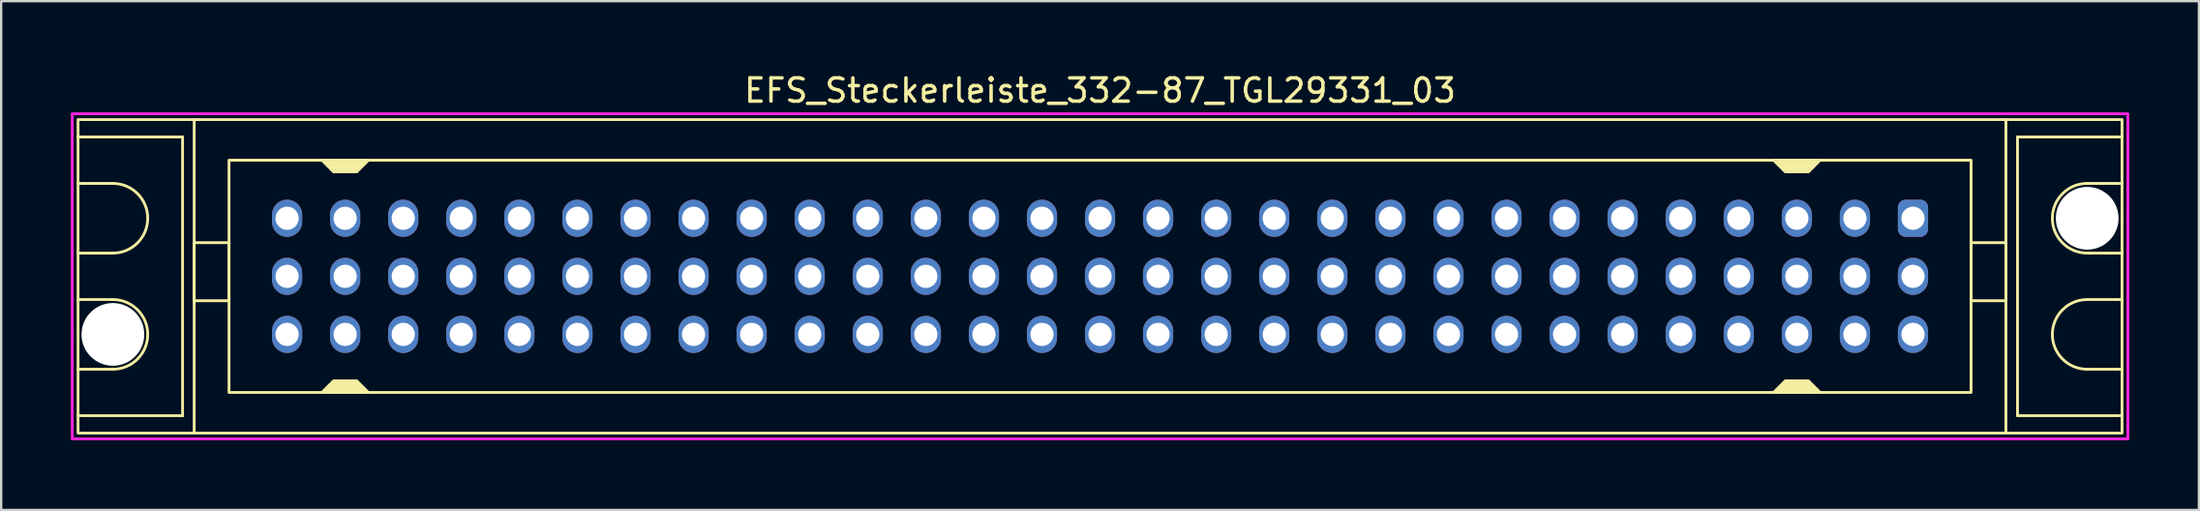
<source format=kicad_pcb>
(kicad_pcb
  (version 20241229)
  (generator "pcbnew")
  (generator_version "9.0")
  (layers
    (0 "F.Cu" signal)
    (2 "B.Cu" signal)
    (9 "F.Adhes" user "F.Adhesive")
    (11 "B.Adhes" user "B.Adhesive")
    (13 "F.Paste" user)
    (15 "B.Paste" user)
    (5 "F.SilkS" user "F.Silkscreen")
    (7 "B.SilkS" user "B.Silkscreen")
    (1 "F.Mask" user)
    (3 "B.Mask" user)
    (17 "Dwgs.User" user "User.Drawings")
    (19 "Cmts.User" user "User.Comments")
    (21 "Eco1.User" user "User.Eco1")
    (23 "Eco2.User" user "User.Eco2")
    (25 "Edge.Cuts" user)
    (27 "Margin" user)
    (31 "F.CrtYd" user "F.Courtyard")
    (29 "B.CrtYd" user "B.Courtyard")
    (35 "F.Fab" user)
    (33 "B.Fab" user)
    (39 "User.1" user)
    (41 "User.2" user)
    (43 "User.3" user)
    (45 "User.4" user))
  (footprint "EFS_Steckerleiste_332-87_TGL29331_03"
    (layer "F.Cu")
    (at 44.31 8.848)
    (property "Reference" "EFS_Steckerleiste_332-87_TGL29331_03" (at 0 -8 180) (layer "F.SilkS") (effects (font (size 1 1) (thickness 0.15))))
    (attr through_hole)
    (fp_line (start -44 -6) (end -39.5 -6) (stroke (width 0.12) (type solid)) (layer "F.SilkS"))
    (fp_line (start -42.5 -4) (end -44 -4) (stroke (width 0.12) (type solid)) (layer "F.SilkS"))
    (fp_line (start -42.5 -1) (end -44 -1) (stroke (width 0.12) (type solid)) (layer "F.SilkS"))
    (fp_line (start -42.5 1) (end -44 1) (stroke (width 0.12) (type solid)) (layer "F.SilkS"))
    (fp_line (start -42.5 4) (end -44 4) (stroke (width 0.12) (type solid)) (layer "F.SilkS"))
    (fp_line (start -39.5 -6) (end -39.5 6) (stroke (width 0.12) (type solid)) (layer "F.SilkS"))
    (fp_line (start -39.5 6) (end -44 6) (stroke (width 0.12) (type solid)) (layer "F.SilkS"))
    (fp_line (start -39 6.75) (end -39 -6.75) (stroke (width 0.12) (type solid)) (layer "F.SilkS"))
    (fp_line (start 39 6.75) (end 39 -6.75) (stroke (width 0.12) (type solid)) (layer "F.SilkS"))
    (fp_line (start 39.5 -6) (end 39.5 6) (stroke (width 0.12) (type solid)) (layer "F.SilkS"))
    (fp_line (start 39.5 6) (end 44 6) (stroke (width 0.12) (type solid)) (layer "F.SilkS"))
    (fp_line (start 42.5 -4) (end 44 -4) (stroke (width 0.12) (type solid)) (layer "F.SilkS"))
    (fp_line (start 42.5 -1) (end 44 -1) (stroke (width 0.12) (type solid)) (layer "F.SilkS"))
    (fp_line (start 42.5 1) (end 44 1) (stroke (width 0.12) (type solid)) (layer "F.SilkS"))
    (fp_line (start 42.5 4) (end 44 4) (stroke (width 0.12) (type solid)) (layer "F.SilkS"))
    (fp_line (start 44 -6) (end 39.5 -6) (stroke (width 0.12) (type solid)) (layer "F.SilkS"))
    (fp_rect (start -44 -6.75) (end 44 6.75) (stroke (width 0.12) (type solid)) (fill no) (layer "F.SilkS"))
    (fp_rect (start -37.5 -5) (end 37.5 5) (stroke (width 0.12) (type solid)) (fill no) (layer "F.SilkS"))
    (fp_rect (start -37.5 -1.45) (end -39 1.05) (stroke (width 0.12) (type solid)) (fill no) (layer "F.SilkS"))
    (fp_rect (start 39 -1.45) (end 37.5 1.05) (stroke (width 0.12) (type solid)) (fill no) (layer "F.SilkS"))
    (fp_arc (start -42.5 -4) (mid -41 -2.5) (end -42.5 -1) (stroke (width 0.12) (type solid)) (layer "F.SilkS"))
    (fp_arc (start -42.5 1) (mid -41 2.5) (end -42.5 4) (stroke (width 0.12) (type solid)) (layer "F.SilkS"))
    (fp_arc (start 42.5 -1) (mid 41 -2.5) (end 42.5 -4) (stroke (width 0.12) (type solid)) (layer "F.SilkS"))
    (fp_arc (start 42.5 4) (mid 41 2.5) (end 42.5 1) (stroke (width 0.12) (type solid)) (layer "F.SilkS"))
    (fp_poly (pts (xy -33 4.5) (xy -32 4.5) (xy -31.5 5) (xy -33.5 5)) (stroke (width 0.12) (type solid)) (fill yes) (layer "F.SilkS"))
    (fp_poly (pts (xy -32 -4.5) (xy -33 -4.5) (xy -33.5 -5) (xy -31.5 -5)) (stroke (width 0.12) (type solid)) (fill yes) (layer "F.SilkS"))
    (fp_poly (pts (xy 29.5 4.5) (xy 30.5 4.5) (xy 31 5) (xy 29 5)) (stroke (width 0.12) (type solid)) (fill yes) (layer "F.SilkS"))
    (fp_poly (pts (xy 30.5 -4.5) (xy 29.5 -4.5) (xy 29 -5) (xy 31 -5)) (stroke (width 0.12) (type solid)) (fill yes) (layer "F.SilkS"))
    (fp_rect (start -44.25 -7) (end 44.25 7) (stroke (width 0.12) (type solid)) (fill no) (layer "F.CrtYd"))
    (pad "" np_thru_hole circle (at -42.5 2.5) (size 2.7 2.7) (drill 2.7) (layers "*.Cu" "*.Mask"))
    (pad "" np_thru_hole circle (at 42.5 -2.5) (size 2.7 2.7) (drill 2.7) (layers "*.Cu" "*.Mask"))
    (pad "1a" thru_hole roundrect (at 35 -2.5) (size 1.3 1.6) (drill 1) (layers "*.Cu" "*.Mask") (roundrect_rratio 0.25))
    (pad "1b" thru_hole oval (at 35 0) (size 1.3 1.6) (drill 1) (layers "*.Cu" "*.Mask"))
    (pad "1c" thru_hole oval (at 35 2.5) (size 1.3 1.6) (drill 1) (layers "*.Cu" "*.Mask"))
    (pad "2a" thru_hole oval (at 32.5 -2.5) (size 1.3 1.6) (drill 1) (layers "*.Cu" "*.Mask"))
    (pad "2b" thru_hole oval (at 32.5 0) (size 1.3 1.6) (drill 1) (layers "*.Cu" "*.Mask"))
    (pad "2c" thru_hole oval (at 32.5 2.5) (size 1.3 1.6) (drill 1) (layers "*.Cu" "*.Mask"))
    (pad "3a" thru_hole oval (at 30 -2.5) (size 1.3 1.6) (drill 1) (layers "*.Cu" "*.Mask"))
    (pad "3b" thru_hole oval (at 30 0) (size 1.3 1.6) (drill 1) (layers "*.Cu" "*.Mask"))
    (pad "3c" thru_hole oval (at 30 2.5) (size 1.3 1.6) (drill 1) (layers "*.Cu" "*.Mask"))
    (pad "4a" thru_hole oval (at 27.5 -2.5) (size 1.3 1.6) (drill 1) (layers "*.Cu" "*.Mask"))
    (pad "4b" thru_hole oval (at 27.5 0) (size 1.3 1.6) (drill 1) (layers "*.Cu" "*.Mask"))
    (pad "4c" thru_hole oval (at 27.5 2.5) (size 1.3 1.6) (drill 1) (layers "*.Cu" "*.Mask"))
    (pad "5a" thru_hole oval (at 25 -2.5) (size 1.3 1.6) (drill 1) (layers "*.Cu" "*.Mask"))
    (pad "5b" thru_hole oval (at 25 0) (size 1.3 1.6) (drill 1) (layers "*.Cu" "*.Mask"))
    (pad "5c" thru_hole oval (at 25 2.5) (size 1.3 1.6) (drill 1) (layers "*.Cu" "*.Mask"))
    (pad "6a" thru_hole oval (at 22.5 -2.5) (size 1.3 1.6) (drill 1) (layers "*.Cu" "*.Mask"))
    (pad "6b" thru_hole oval (at 22.5 0) (size 1.3 1.6) (drill 1) (layers "*.Cu" "*.Mask"))
    (pad "6c" thru_hole oval (at 22.5 2.5) (size 1.3 1.6) (drill 1) (layers "*.Cu" "*.Mask"))
    (pad "7a" thru_hole oval (at 20 -2.5) (size 1.3 1.6) (drill 1) (layers "*.Cu" "*.Mask"))
    (pad "7b" thru_hole oval (at 20 0) (size 1.3 1.6) (drill 1) (layers "*.Cu" "*.Mask"))
    (pad "7c" thru_hole oval (at 20 2.5) (size 1.3 1.6) (drill 1) (layers "*.Cu" "*.Mask"))
    (pad "8a" thru_hole oval (at 17.5 -2.5) (size 1.3 1.6) (drill 1) (layers "*.Cu" "*.Mask"))
    (pad "8b" thru_hole oval (at 17.5 0) (size 1.3 1.6) (drill 1) (layers "*.Cu" "*.Mask"))
    (pad "8c" thru_hole oval (at 17.5 2.5) (size 1.3 1.6) (drill 1) (layers "*.Cu" "*.Mask"))
    (pad "9a" thru_hole oval (at 15 -2.5) (size 1.3 1.6) (drill 1) (layers "*.Cu" "*.Mask"))
    (pad "9b" thru_hole oval (at 15 0) (size 1.3 1.6) (drill 1) (layers "*.Cu" "*.Mask"))
    (pad "9c" thru_hole oval (at 15 2.5) (size 1.3 1.6) (drill 1) (layers "*.Cu" "*.Mask"))
    (pad "10a" thru_hole oval (at 12.5 -2.5) (size 1.3 1.6) (drill 1) (layers "*.Cu" "*.Mask"))
    (pad "10b" thru_hole oval (at 12.5 0) (size 1.3 1.6) (drill 1) (layers "*.Cu" "*.Mask"))
    (pad "10c" thru_hole oval (at 12.5 2.5) (size 1.3 1.6) (drill 1) (layers "*.Cu" "*.Mask"))
    (pad "11a" thru_hole oval (at 10 -2.5) (size 1.3 1.6) (drill 1) (layers "*.Cu" "*.Mask"))
    (pad "11b" thru_hole oval (at 10 0) (size 1.3 1.6) (drill 1) (layers "*.Cu" "*.Mask"))
    (pad "11c" thru_hole oval (at 10 2.5) (size 1.3 1.6) (drill 1) (layers "*.Cu" "*.Mask"))
    (pad "12a" thru_hole oval (at 7.5 -2.5) (size 1.3 1.6) (drill 1) (layers "*.Cu" "*.Mask"))
    (pad "12b" thru_hole oval (at 7.5 0) (size 1.3 1.6) (drill 1) (layers "*.Cu" "*.Mask"))
    (pad "12c" thru_hole oval (at 7.5 2.5) (size 1.3 1.6) (drill 1) (layers "*.Cu" "*.Mask"))
    (pad "13a" thru_hole oval (at 5 -2.5) (size 1.3 1.6) (drill 1) (layers "*.Cu" "*.Mask"))
    (pad "13b" thru_hole oval (at 5 0) (size 1.3 1.6) (drill 1) (layers "*.Cu" "*.Mask"))
    (pad "13c" thru_hole oval (at 5 2.5) (size 1.3 1.6) (drill 1) (layers "*.Cu" "*.Mask"))
    (pad "14a" thru_hole oval (at 2.5 -2.5) (size 1.3 1.6) (drill 1) (layers "*.Cu" "*.Mask"))
    (pad "14b" thru_hole oval (at 2.5 0) (size 1.3 1.6) (drill 1) (layers "*.Cu" "*.Mask"))
    (pad "14c" thru_hole oval (at 2.5 2.5) (size 1.3 1.6) (drill 1) (layers "*.Cu" "*.Mask"))
    (pad "15a" thru_hole oval (at 0 -2.5) (size 1.3 1.6) (drill 1) (layers "*.Cu" "*.Mask"))
    (pad "15b" thru_hole oval (at 0 0) (size 1.3 1.6) (drill 1) (layers "*.Cu" "*.Mask"))
    (pad "15c" thru_hole oval (at 0 2.5) (size 1.3 1.6) (drill 1) (layers "*.Cu" "*.Mask"))
    (pad "16a" thru_hole oval (at -2.5 -2.5) (size 1.3 1.6) (drill 1) (layers "*.Cu" "*.Mask"))
    (pad "16b" thru_hole oval (at -2.5 0) (size 1.3 1.6) (drill 1) (layers "*.Cu" "*.Mask"))
    (pad "16c" thru_hole oval (at -2.5 2.5) (size 1.3 1.6) (drill 1) (layers "*.Cu" "*.Mask"))
    (pad "17a" thru_hole oval (at -5 -2.5) (size 1.3 1.6) (drill 1) (layers "*.Cu" "*.Mask"))
    (pad "17b" thru_hole oval (at -5 0) (size 1.3 1.6) (drill 1) (layers "*.Cu" "*.Mask"))
    (pad "17c" thru_hole oval (at -5 2.5) (size 1.3 1.6) (drill 1) (layers "*.Cu" "*.Mask"))
    (pad "18a" thru_hole oval (at -7.5 -2.5) (size 1.3 1.6) (drill 1) (layers "*.Cu" "*.Mask"))
    (pad "18b" thru_hole oval (at -7.5 0) (size 1.3 1.6) (drill 1) (layers "*.Cu" "*.Mask"))
    (pad "18c" thru_hole oval (at -7.5 2.5) (size 1.3 1.6) (drill 1) (layers "*.Cu" "*.Mask"))
    (pad "19a" thru_hole oval (at -10 -2.5) (size 1.3 1.6) (drill 1) (layers "*.Cu" "*.Mask"))
    (pad "19b" thru_hole oval (at -10 0) (size 1.3 1.6) (drill 1) (layers "*.Cu" "*.Mask"))
    (pad "19c" thru_hole oval (at -10 2.5) (size 1.3 1.6) (drill 1) (layers "*.Cu" "*.Mask"))
    (pad "20a" thru_hole oval (at -12.5 -2.5) (size 1.3 1.6) (drill 1) (layers "*.Cu" "*.Mask"))
    (pad "20b" thru_hole oval (at -12.5 0) (size 1.3 1.6) (drill 1) (layers "*.Cu" "*.Mask"))
    (pad "20c" thru_hole oval (at -12.5 2.5) (size 1.3 1.6) (drill 1) (layers "*.Cu" "*.Mask"))
    (pad "21a" thru_hole oval (at -15 -2.5) (size 1.3 1.6) (drill 1) (layers "*.Cu" "*.Mask"))
    (pad "21b" thru_hole oval (at -15 0) (size 1.3 1.6) (drill 1) (layers "*.Cu" "*.Mask"))
    (pad "21c" thru_hole oval (at -15 2.5) (size 1.3 1.6) (drill 1) (layers "*.Cu" "*.Mask"))
    (pad "22a" thru_hole oval (at -17.5 -2.5) (size 1.3 1.6) (drill 1) (layers "*.Cu" "*.Mask"))
    (pad "22b" thru_hole oval (at -17.5 0) (size 1.3 1.6) (drill 1) (layers "*.Cu" "*.Mask"))
    (pad "22c" thru_hole oval (at -17.5 2.5) (size 1.3 1.6) (drill 1) (layers "*.Cu" "*.Mask"))
    (pad "23a" thru_hole oval (at -20 -2.5) (size 1.3 1.6) (drill 1) (layers "*.Cu" "*.Mask"))
    (pad "23b" thru_hole oval (at -20 0) (size 1.3 1.6) (drill 1) (layers "*.Cu" "*.Mask"))
    (pad "23c" thru_hole oval (at -20 2.5) (size 1.3 1.6) (drill 1) (layers "*.Cu" "*.Mask"))
    (pad "24a" thru_hole oval (at -22.5 -2.5) (size 1.3 1.6) (drill 1) (layers "*.Cu" "*.Mask"))
    (pad "24b" thru_hole oval (at -22.5 0) (size 1.3 1.6) (drill 1) (layers "*.Cu" "*.Mask"))
    (pad "24c" thru_hole oval (at -22.5 2.5) (size 1.3 1.6) (drill 1) (layers "*.Cu" "*.Mask"))
    (pad "25a" thru_hole oval (at -25 -2.5) (size 1.3 1.6) (drill 1) (layers "*.Cu" "*.Mask"))
    (pad "25b" thru_hole oval (at -25 0) (size 1.3 1.6) (drill 1) (layers "*.Cu" "*.Mask"))
    (pad "25c" thru_hole oval (at -25 2.5) (size 1.3 1.6) (drill 1) (layers "*.Cu" "*.Mask"))
    (pad "26a" thru_hole oval (at -27.5 -2.5) (size 1.3 1.6) (drill 1) (layers "*.Cu" "*.Mask"))
    (pad "26b" thru_hole oval (at -27.5 0) (size 1.3 1.6) (drill 1) (layers "*.Cu" "*.Mask"))
    (pad "26c" thru_hole oval (at -27.5 2.5) (size 1.3 1.6) (drill 1) (layers "*.Cu" "*.Mask"))
    (pad "27a" thru_hole oval (at -30 -2.5) (size 1.3 1.6) (drill 1) (layers "*.Cu" "*.Mask"))
    (pad "27b" thru_hole oval (at -30 0) (size 1.3 1.6) (drill 1) (layers "*.Cu" "*.Mask"))
    (pad "27c" thru_hole oval (at -30 2.5) (size 1.3 1.6) (drill 1) (layers "*.Cu" "*.Mask"))
    (pad "28a" thru_hole oval (at -32.5 -2.5) (size 1.3 1.6) (drill 1) (layers "*.Cu" "*.Mask"))
    (pad "28b" thru_hole oval (at -32.5 0) (size 1.3 1.6) (drill 1) (layers "*.Cu" "*.Mask"))
    (pad "28c" thru_hole oval (at -32.5 2.5) (size 1.3 1.6) (drill 1) (layers "*.Cu" "*.Mask"))
    (pad "29a" thru_hole oval (at -35 -2.5) (size 1.3 1.6) (drill 1) (layers "*.Cu" "*.Mask"))
    (pad "29b" thru_hole oval (at -35 0) (size 1.3 1.6) (drill 1) (layers "*.Cu" "*.Mask"))
    (pad "29c" thru_hole oval (at -35 2.5) (size 1.3 1.6) (drill 1) (layers "*.Cu" "*.Mask")))
  (gr_rect
    (start -3 -3)
    (end 91.62 18.908)
    (stroke (width 0.1) (type default))
    (fill no)
    (layer "Edge.Cuts")))
</source>
